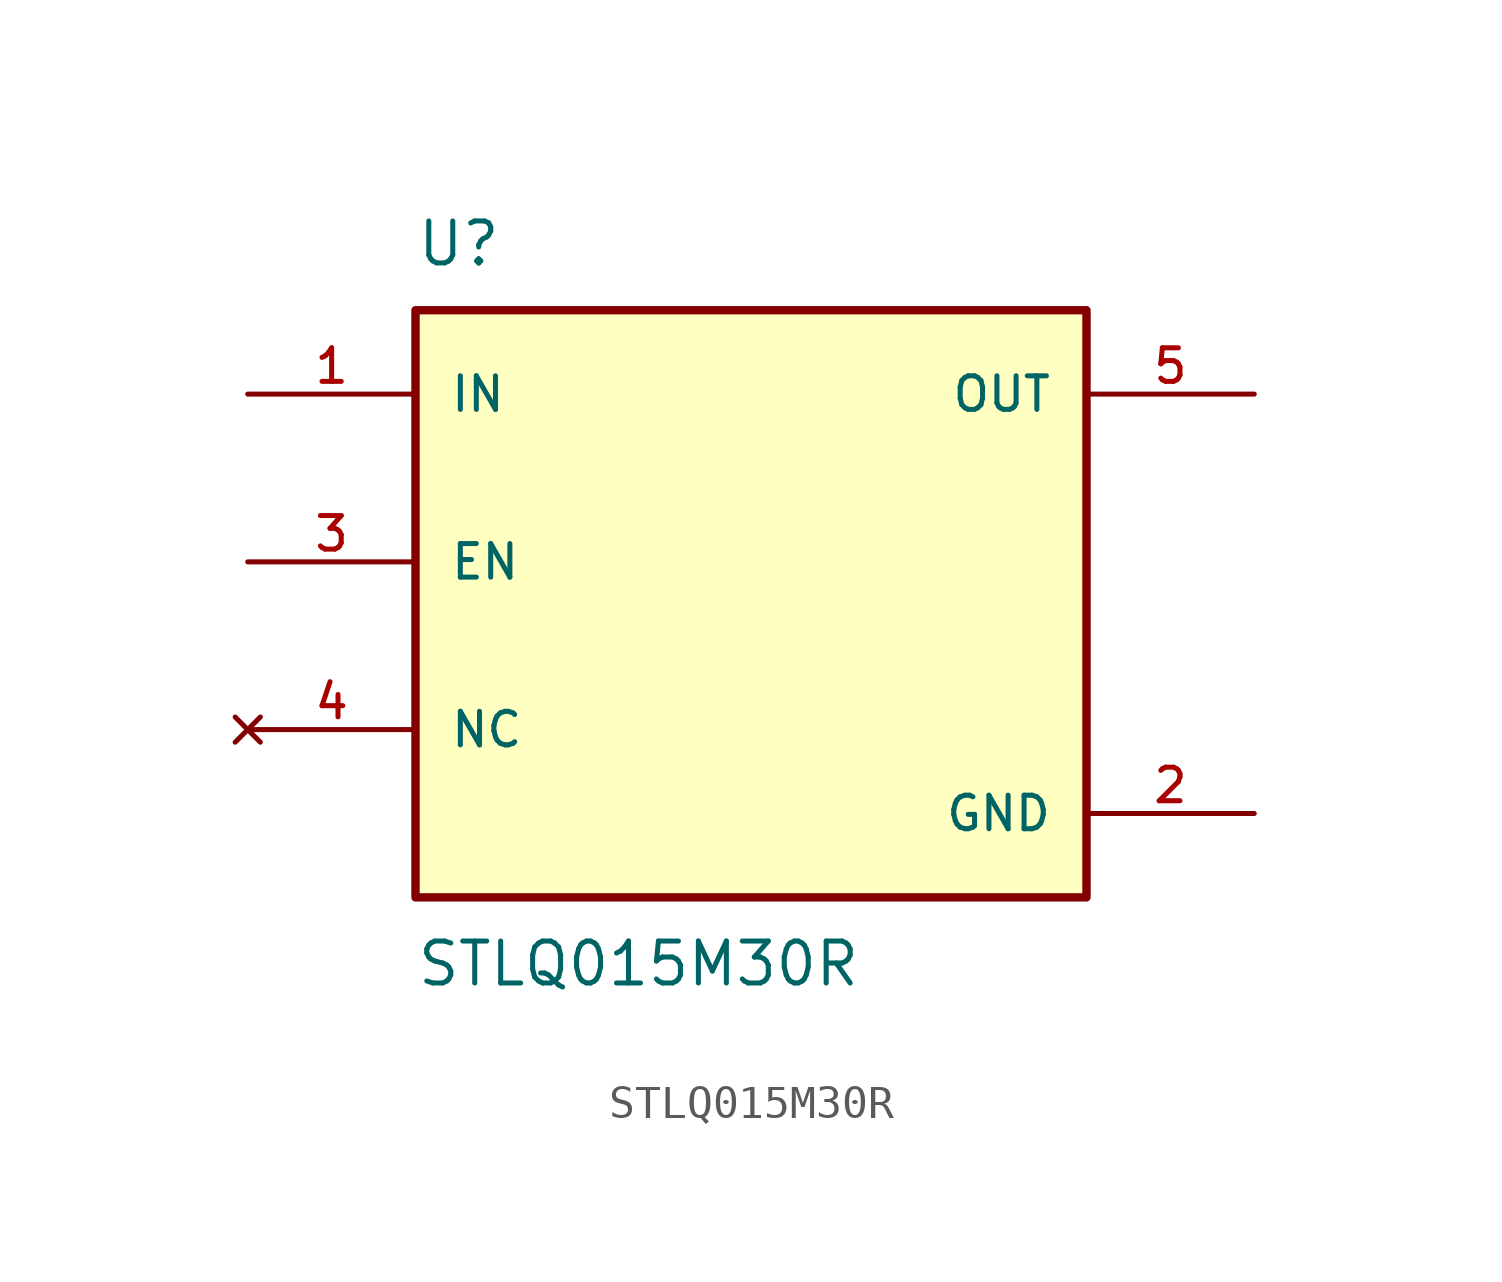
<source format=kicad_sym>
(kicad_symbol_lib
  (version 20211014)
  (generator kicad_symbol_editor)
  (symbol "STLQ015M30R"
    (pin_names
      (offset 1.016))
    (property "Reference" "U"
      (at -10.16 8.89 0)
      (effects (font (size 1.27 1.27)) (justify bottom left)))
    (property "Value" "STLQ015M30R"
      (at -10.16 -11.43 0.0)
      (effects (font (size 1.27 1.27)) (justify top left)))
    (symbol "STLQ015M30R_0_0"
      (rectangle (start -10.16 -10.16) (end 10.16 7.62) (stroke (width 0.254)) (fill (type background)))
      (pin no_connect line (at -15.24 -5.08 0) (length 5.08) (name "NC" (effects (font (size 1.016 1.016)))) (number "4" (effects (font (size 1.016 1.016)))))
      (pin power_in line (at 15.24 -7.62 180.0) (length 5.08) (name "GND" (effects (font (size 1.016 1.016)))) (number "2" (effects (font (size 1.016 1.016)))))
      (pin output line (at 15.24 5.08 180.0) (length 5.08) (name "OUT" (effects (font (size 1.016 1.016)))) (number "5" (effects (font (size 1.016 1.016)))))
      (pin input line (at -15.24 0.0 0) (length 5.08) (name "EN" (effects (font (size 1.016 1.016)))) (number "3" (effects (font (size 1.016 1.016)))))
      (pin input line (at -15.24 5.08 0) (length 5.08) (name "IN" (effects (font (size 1.016 1.016)))) (number "1" (effects (font (size 1.016 1.016))))))))
</source>
